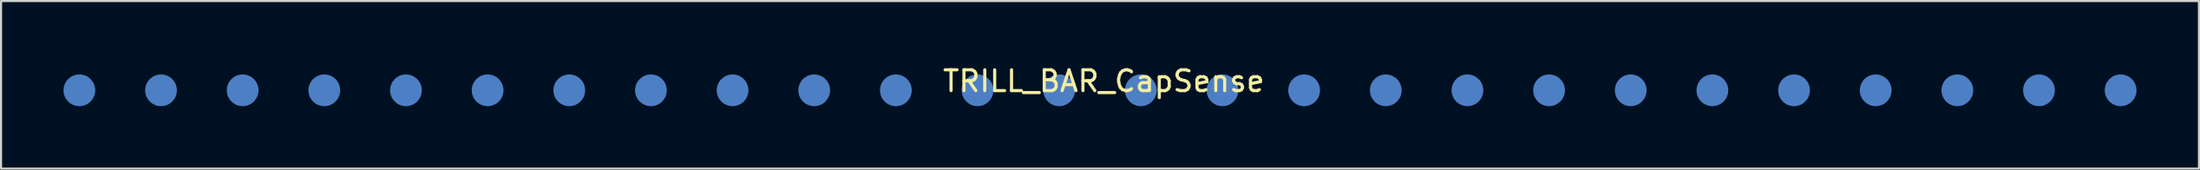
<source format=kicad_pcb>
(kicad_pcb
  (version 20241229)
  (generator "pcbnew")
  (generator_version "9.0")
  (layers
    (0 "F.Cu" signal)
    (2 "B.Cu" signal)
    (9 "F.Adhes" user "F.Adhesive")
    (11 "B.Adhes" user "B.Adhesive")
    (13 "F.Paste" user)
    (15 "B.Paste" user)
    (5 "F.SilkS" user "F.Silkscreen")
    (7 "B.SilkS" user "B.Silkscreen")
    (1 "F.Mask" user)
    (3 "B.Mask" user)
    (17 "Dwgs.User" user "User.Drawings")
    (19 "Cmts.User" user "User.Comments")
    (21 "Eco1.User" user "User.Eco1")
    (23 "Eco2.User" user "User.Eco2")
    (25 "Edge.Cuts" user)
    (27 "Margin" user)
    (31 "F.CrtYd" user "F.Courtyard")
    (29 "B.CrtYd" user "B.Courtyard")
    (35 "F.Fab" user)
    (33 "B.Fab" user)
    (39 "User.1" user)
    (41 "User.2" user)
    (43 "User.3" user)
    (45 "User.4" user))
  (footprint "TRILL_BAR_CapSense"
    (layer "F.Cu")
    (at 49.962 1.348)
    (property "Reference" "TRILL_BAR_CapSense" (at 0 -0.5 0) (unlocked yes) (layer "F.SilkS") (effects (font (size 1 1) (thickness 0.15))))
    (attr smd exclude_from_pos_files exclude_from_bom)
    (pad "1" smd circle (at -49.2 -0.06 180) (size 1.524 1.524) (layers "B.Cu"))
    (pad "2" smd circle (at -45.278 -0.06 180) (size 1.524 1.524) (layers "B.Cu"))
    (pad "3" smd circle (at -41.357 -0.06 180) (size 1.524 1.524) (layers "B.Cu"))
    (pad "4" smd circle (at -37.435 -0.06 180) (size 1.524 1.524) (layers "B.Cu"))
    (pad "5" smd circle (at -33.514 -0.06 180) (size 1.524 1.524) (layers "B.Cu"))
    (pad "6" smd circle (at -29.592 -0.06 180) (size 1.524 1.524) (layers "B.Cu"))
    (pad "7" smd circle (at -25.67 -0.06 180) (size 1.524 1.524) (layers "B.Cu"))
    (pad "8" smd circle (at -21.749 -0.06 180) (size 1.524 1.524) (layers "B.Cu"))
    (pad "9" smd circle (at -17.827 -0.06 180) (size 1.524 1.524) (layers "B.Cu"))
    (pad "10" smd circle (at -13.906 -0.06 180) (size 1.524 1.524) (layers "B.Cu"))
    (pad "11" smd circle (at -9.984 -0.06 180) (size 1.524 1.524) (layers "B.Cu"))
    (pad "12" smd circle (at -6.062 -0.06 180) (size 1.524 1.524) (layers "B.Cu"))
    (pad "13" smd circle (at -2.141 -0.06 180) (size 1.524 1.524) (layers "B.Cu"))
    (pad "14" smd circle (at 1.781 -0.06 180) (size 1.524 1.524) (layers "B.Cu"))
    (pad "15" smd circle (at 5.702 -0.06 180) (size 1.524 1.524) (layers "B.Cu"))
    (pad "16" smd circle (at 9.624 -0.06 180) (size 1.524 1.524) (layers "B.Cu"))
    (pad "17" smd circle (at 13.546 -0.06 180) (size 1.524 1.524) (layers "B.Cu"))
    (pad "18" smd circle (at 17.467 -0.06 180) (size 1.524 1.524) (layers "B.Cu"))
    (pad "19" smd circle (at 21.389 -0.06 180) (size 1.524 1.524) (layers "B.Cu"))
    (pad "20" smd circle (at 25.31 -0.06 180) (size 1.524 1.524) (layers "B.Cu"))
    (pad "21" smd circle (at 29.232 -0.06 180) (size 1.524 1.524) (layers "B.Cu"))
    (pad "22" smd circle (at 33.154 -0.06 180) (size 1.524 1.524) (layers "B.Cu"))
    (pad "23" smd circle (at 37.075 -0.06 180) (size 1.524 1.524) (layers "B.Cu"))
    (pad "24" smd circle (at 40.997 -0.06 180) (size 1.524 1.524) (layers "B.Cu"))
    (pad "25" smd circle (at 44.918 -0.06 180) (size 1.524 1.524) (layers "B.Cu"))
    (pad "26" smd circle (at 48.84 -0.06 180) (size 1.524 1.524) (layers "B.Cu")))
  (gr_rect
    (start -3 -3)
    (end 102.564 5.05)
    (stroke (width 0.1) (type default))
    (fill no)
    (layer "Edge.Cuts")))
</source>
